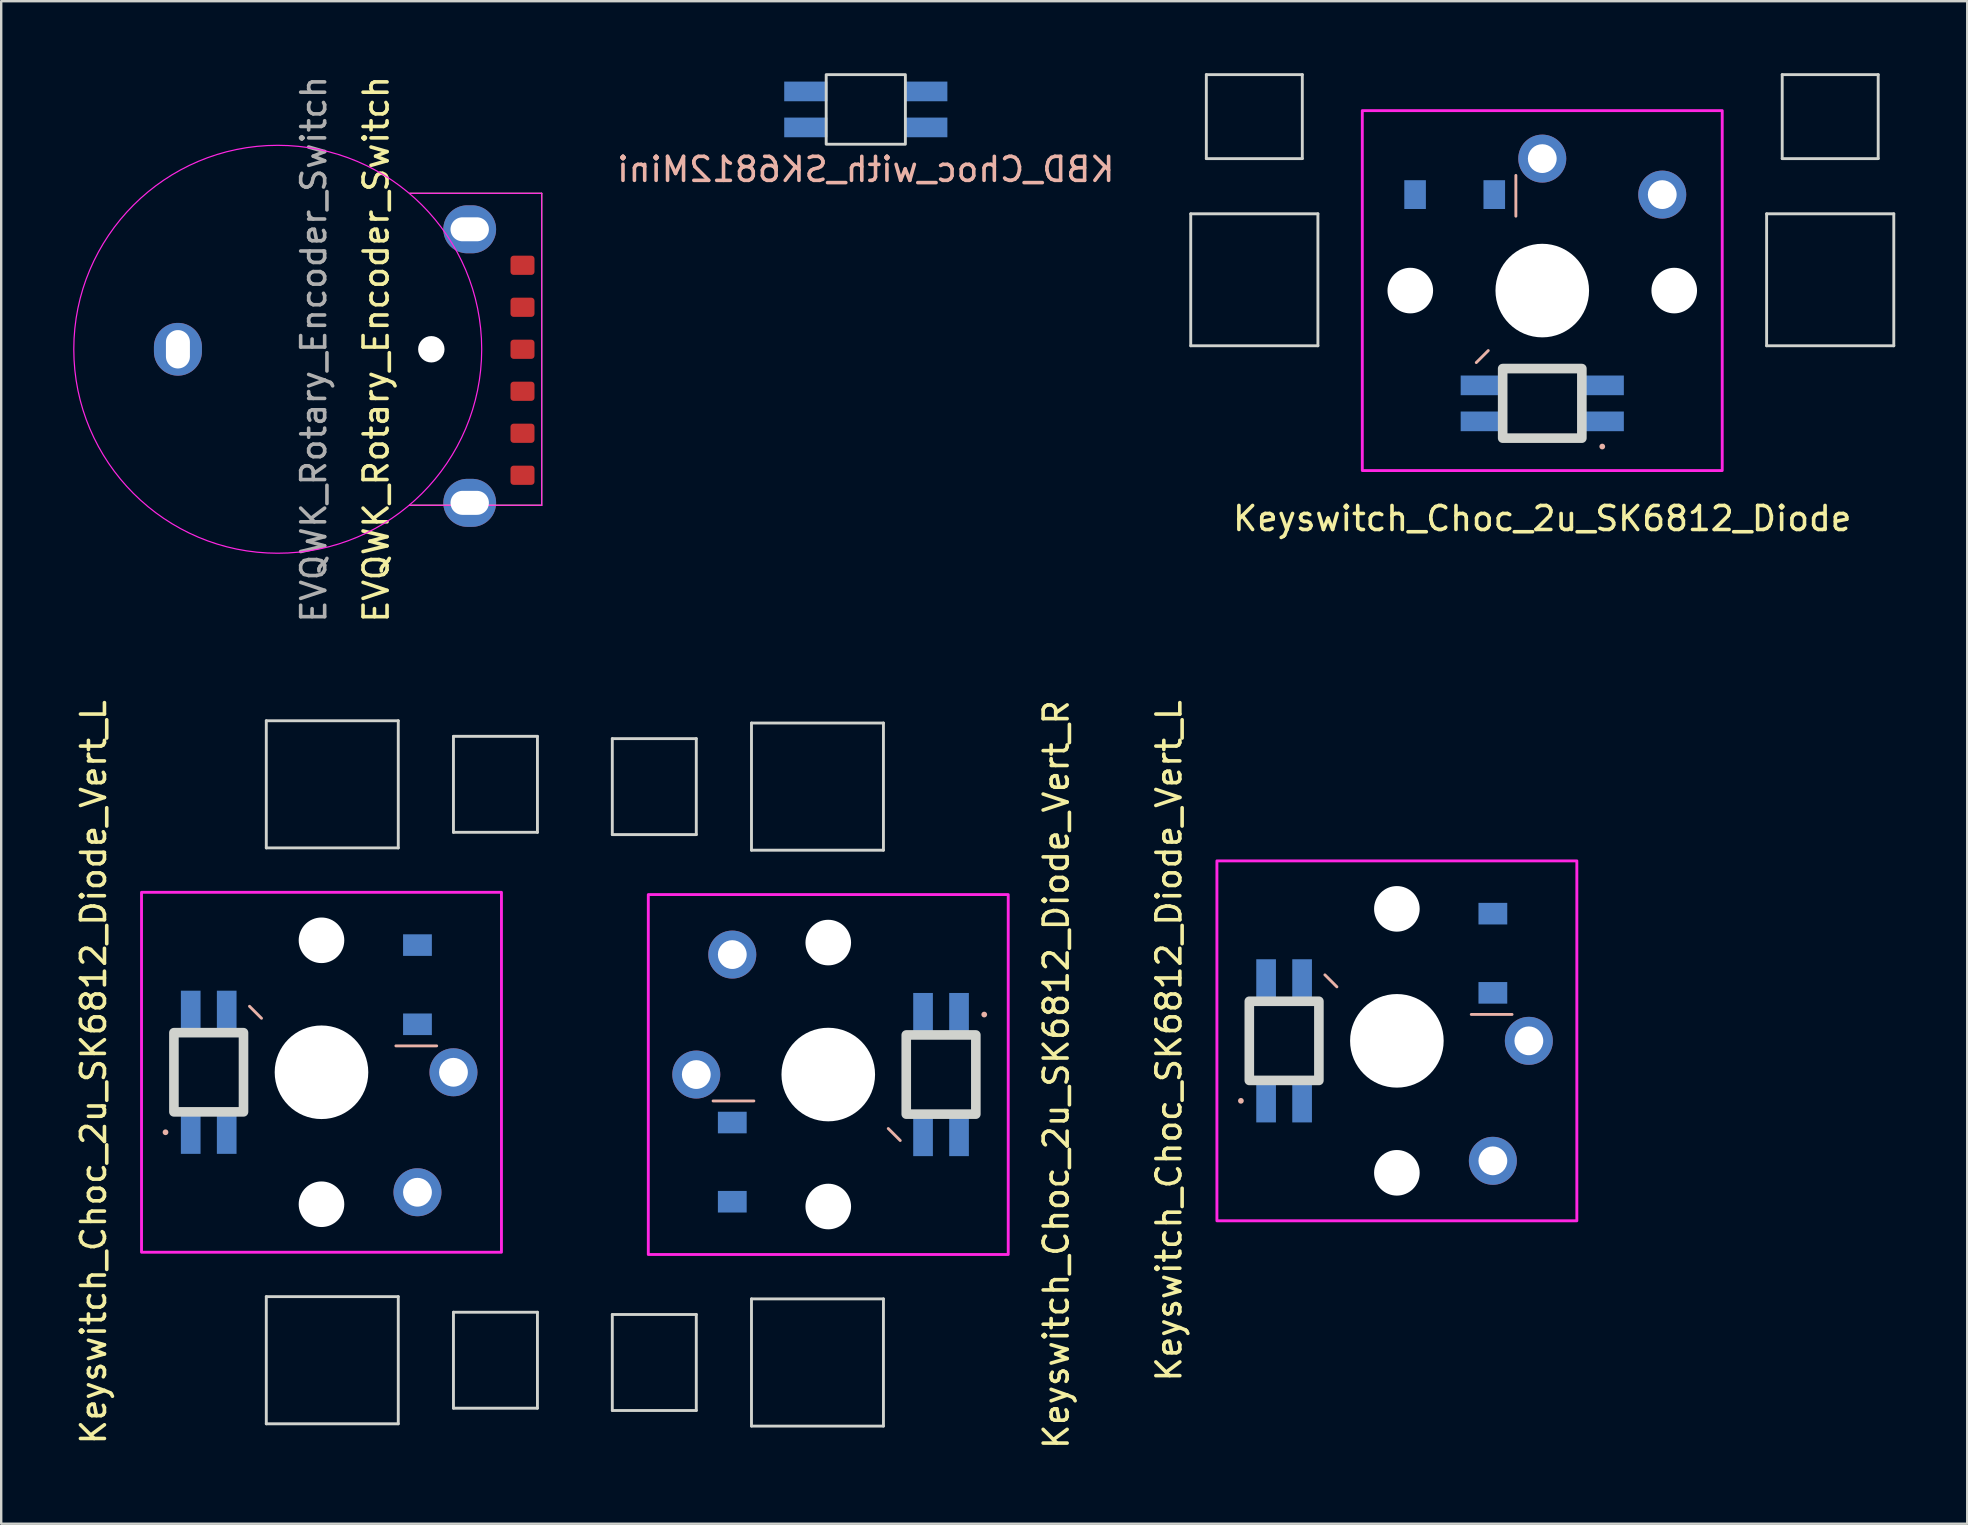
<source format=kicad_pcb>
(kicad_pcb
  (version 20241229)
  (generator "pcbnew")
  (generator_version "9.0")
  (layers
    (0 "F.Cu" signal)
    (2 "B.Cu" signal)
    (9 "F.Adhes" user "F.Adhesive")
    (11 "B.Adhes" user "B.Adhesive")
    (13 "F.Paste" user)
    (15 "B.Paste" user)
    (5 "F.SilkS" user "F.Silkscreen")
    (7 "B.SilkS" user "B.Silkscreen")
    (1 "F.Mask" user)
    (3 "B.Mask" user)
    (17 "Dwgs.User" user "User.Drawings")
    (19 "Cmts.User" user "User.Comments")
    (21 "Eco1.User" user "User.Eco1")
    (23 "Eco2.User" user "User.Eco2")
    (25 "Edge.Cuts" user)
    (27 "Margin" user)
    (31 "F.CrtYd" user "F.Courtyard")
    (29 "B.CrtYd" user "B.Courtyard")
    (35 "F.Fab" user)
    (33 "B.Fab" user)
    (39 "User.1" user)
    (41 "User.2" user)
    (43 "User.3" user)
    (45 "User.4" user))
  (footprint "Keyswitch_Choc_2u_SK6812_Diode"
    (layer "F.Cu")
    (at 61.224 9.06)
    (property "Reference" "Keyswitch_Choc_2u_SK6812_Diode" (at 0 9.5 0) (layer "F.SilkS") (effects (font (size 1 1) (thickness 0.15))))
    (attr through_hole)
    (fp_line (start -2.25 2.5) (end -2.75 3) (stroke (width 0.12) (type solid)) (layer "B.SilkS"))
    (fp_line (start -1.1 -3.1) (end -1.1 -4.8) (stroke (width 0.12) (type solid)) (layer "B.SilkS"))
    (fp_circle (center 2.5 6.5) (end 2.5 6.5) (stroke (width 0.12) (type solid)) (fill no) (layer "B.SilkS"))
    (fp_line (start -14.65 -3.2) (end -14.65 2.3) (stroke (width 0.12) (type solid)) (layer "Edge.Cuts"))
    (fp_line (start -14.65 -3.2) (end -9.35 -3.2) (stroke (width 0.12) (type solid)) (layer "Edge.Cuts"))
    (fp_line (start -14.65 2.3) (end -9.35 2.3) (stroke (width 0.12) (type solid)) (layer "Edge.Cuts"))
    (fp_line (start -14 -9) (end -14 -5.5) (stroke (width 0.12) (type solid)) (layer "Edge.Cuts"))
    (fp_line (start -14 -9) (end -10 -9) (stroke (width 0.12) (type solid)) (layer "Edge.Cuts"))
    (fp_line (start -14 -5.5) (end -10 -5.5) (stroke (width 0.12) (type solid)) (layer "Edge.Cuts"))
    (fp_line (start -10 -5.5) (end -10 -9) (stroke (width 0.12) (type solid)) (layer "Edge.Cuts"))
    (fp_line (start -9.35 2.3) (end -9.35 -3.2) (stroke (width 0.12) (type solid)) (layer "Edge.Cuts"))
    (fp_line (start 9.35 -3.2) (end 9.35 2.3) (stroke (width 0.12) (type solid)) (layer "Edge.Cuts"))
    (fp_line (start 9.35 -3.2) (end 14.65 -3.2) (stroke (width 0.12) (type solid)) (layer "Edge.Cuts"))
    (fp_line (start 9.35 2.3) (end 14.65 2.3) (stroke (width 0.12) (type solid)) (layer "Edge.Cuts"))
    (fp_line (start 10 -9) (end 10 -5.5) (stroke (width 0.12) (type solid)) (layer "Edge.Cuts"))
    (fp_line (start 10 -9) (end 14 -9) (stroke (width 0.12) (type solid)) (layer "Edge.Cuts"))
    (fp_line (start 10 -5.5) (end 14 -5.5) (stroke (width 0.12) (type solid)) (layer "Edge.Cuts"))
    (fp_line (start 14 -5.5) (end 14 -9) (stroke (width 0.12) (type solid)) (layer "Edge.Cuts"))
    (fp_line (start 14.65 2.3) (end 14.65 -3.2) (stroke (width 0.12) (type solid)) (layer "Edge.Cuts"))
    (fp_rect (start -1.65 3.25) (end 1.65 6.15) (stroke (width 0.4) (type solid)) (fill no) (layer "Edge.Cuts"))
    (fp_rect (start -7.5 -7.5) (end 7.5 7.5) (stroke (width 0.12) (type solid)) (fill no) (layer "F.CrtYd"))
    (pad "" np_thru_hole circle (at -5.5 0) (size 1.9 1.9) (drill 1.9) (layers "*.Cu" "*.Mask"))
    (pad "" smd rect (at -2 -4) (size 0.9 1.2) (layers "B.Cu" "B.Mask" "B.Paste"))
    (pad "" thru_hole circle (at 0 -5.5) (size 2 2) (drill 1.2) (layers "*.Cu" "*.Mask"))
    (pad "" np_thru_hole circle (at 0 0) (size 3.9 3.9) (drill 3.9) (layers "*.Cu" "*.Mask"))
    (pad "" np_thru_hole circle (at 5.5 0) (size 1.9 1.9) (drill 1.9) (layers "*.Cu" "*.Mask"))
    (pad "1" smd rect (at 2.6 5.45) (size 1.6 0.82) (layers "B.Cu" "B.Mask" "B.Paste"))
    (pad "2" smd rect (at 2.6 3.95) (size 1.6 0.82) (layers "B.Cu" "B.Mask" "B.Paste"))
    (pad "3" smd rect (at -2.6 3.95) (size 1.6 0.82) (layers "B.Cu" "B.Mask" "B.Paste"))
    (pad "4" smd rect (at -2.6 5.45) (size 1.6 0.82) (layers "B.Cu" "B.Mask" "B.Paste"))
    (pad "5" smd rect (at -5.3 -4) (size 0.9 1.2) (layers "B.Cu" "B.Mask" "B.Paste"))
    (pad "6" thru_hole circle (at 5 -4) (size 2 2) (drill 1.2) (layers "*.Cu" "*.Mask")))
  (footprint "Keyswitch_Choc_SK6812_Diode_Vert_L"
    (layer "F.Cu")
    (at 55.165 40.327)
    (property "Reference" "Keyswitch_Choc_SK6812_Diode_Vert_L" (at -9.5 0 270) (layer "F.SilkS") (effects (font (size 1 1) (thickness 0.15))))
    (attr through_hole)
    (fp_line (start -2.5 -2.25) (end -3 -2.75) (stroke (width 0.12) (type solid)) (layer "B.SilkS"))
    (fp_line (start 3.1 -1.1) (end 4.8 -1.1) (stroke (width 0.12) (type solid)) (layer "B.SilkS"))
    (fp_circle (center -6.5 2.5) (end -6.5 2.5) (stroke (width 0.12) (type solid)) (fill no) (layer "B.SilkS"))
    (fp_rect (start -3.25 -1.65) (end -6.15 1.65) (stroke (width 0.4) (type solid)) (fill no) (layer "Edge.Cuts"))
    (fp_rect (start 7.5 -7.5) (end -7.5 7.5) (stroke (width 0.12) (type solid)) (fill no) (layer "F.CrtYd"))
    (pad "" np_thru_hole circle (at 0 -5.5 270) (size 1.9 1.9) (drill 1.9) (layers "*.Cu" "*.Mask"))
    (pad "" np_thru_hole circle (at 0 0 270) (size 3.9 3.9) (drill 3.9) (layers "*.Cu" "*.Mask"))
    (pad "" np_thru_hole circle (at 0 5.5 270) (size 1.9 1.9) (drill 1.9) (layers "*.Cu" "*.Mask"))
    (pad "" smd rect (at 4 -2 270) (size 0.9 1.2) (layers "B.Cu" "B.Mask" "B.Paste"))
    (pad "" thru_hole circle (at 5.5 0 270) (size 2 2) (drill 1.2) (layers "*.Cu" "*.Mask"))
    (pad "1" smd rect (at -5.45 2.6 270) (size 1.6 0.82) (layers "B.Cu" "B.Mask" "B.Paste"))
    (pad "2" smd rect (at -3.95 2.6 270) (size 1.6 0.82) (layers "B.Cu" "B.Mask" "B.Paste"))
    (pad "3" smd rect (at -3.95 -2.6 270) (size 1.6 0.82) (layers "B.Cu" "B.Mask" "B.Paste"))
    (pad "4" smd rect (at -5.45 -2.6 270) (size 1.6 0.82) (layers "B.Cu" "B.Mask" "B.Paste"))
    (pad "5" smd rect (at 4 -5.3 270) (size 0.9 1.2) (layers "B.Cu" "B.Mask" "B.Paste"))
    (pad "6" thru_hole circle (at 4 5 270) (size 2 2) (drill 1.2) (layers "*.Cu" "*.Mask")))
  (footprint "KBD_Choc_with_SK6812Mini"
    (layer "F.Cu")
    (at 33.032 1.51)
    (property "Reference" "KBD_Choc_with_SK6812Mini" (at 0 2.5 0) (layer "B.SilkS") (effects (font (size 1 1) (thickness 0.15)) (justify mirror)))
    (attr through_hole)
    (fp_rect (start -1.65 -1.45) (end 1.65 1.45) (stroke (width 0.12) (type solid)) (fill no) (layer "Edge.Cuts"))
    (pad "1" smd rect (at -2.5 -0.75) (size 1.8 0.82) (layers "B.Cu" "B.Mask" "B.Paste"))
    (pad "2" smd rect (at -2.5 0.75) (size 1.8 0.82) (layers "B.Cu" "B.Mask" "B.Paste"))
    (pad "3" smd rect (at 2.5 0.75) (size 1.8 0.82) (layers "B.Cu" "B.Mask" "B.Paste"))
    (pad "4" smd rect (at 2.5 -0.75) (size 1.8 0.82) (layers "B.Cu" "B.Mask" "B.Paste")))
  (footprint "EVQWK_Rotary_Encoder_Switch"
    (layer "F.Cu")
    (at 8.525 11.506)
    (property "Reference" "EVQWK_Rotary_Encoder_Switch" (at 4.1 0 90) (unlocked yes) (layer "F.SilkS") (effects (font (size 1 1) (thickness 0.15))))
    (attr through_hole)
    (fp_line (start 11 -6.5) (end 5.5 -6.5) (stroke (width 0.05) (type default)) (layer "F.SilkS"))
    (fp_line (start 11 -6.5) (end 11 6.5) (stroke (width 0.05) (type default)) (layer "F.SilkS"))
    (fp_line (start 11 6.5) (end 5.5 6.5) (stroke (width 0.05) (type default)) (layer "F.SilkS"))
    (fp_line (start -5 -3) (end -5 3) (stroke (width 0.12) (type default)) (layer "Eco1.User"))
    (fp_line (start 11 -6.5) (end 5.5 -6.5) (stroke (width 0.05) (type default)) (layer "F.CrtYd"))
    (fp_line (start 11 -6.5) (end 11 6.5) (stroke (width 0.05) (type default)) (layer "F.CrtYd"))
    (fp_line (start 11 6.5) (end 5.5 6.5) (stroke (width 0.05) (type default)) (layer "F.CrtYd"))
    (fp_circle (center 0 0) (end 0 8.5) (stroke (width 0.05) (type default)) (fill no) (layer "F.CrtYd"))
    (fp_text user "${REFERENCE}" (at 1.5 0 90) (unlocked yes) (layer "F.Fab") (effects (font (size 1 1) (thickness 0.15))))
    (pad "" np_thru_hole circle (at 6.4 0) (size 1.1 1.1) (drill 1.1) (layers "*.Cu" "*.Mask"))
    (pad "1" smd roundrect (at 10.2 5.25) (size 1 0.8) (layers "F.Cu" "F.Mask" "F.Paste") (roundrect_rratio 0.164))
    (pad "2" smd roundrect (at 10.2 3.5) (size 1 0.8) (layers "F.Cu" "F.Mask" "F.Paste") (roundrect_rratio 0.164))
    (pad "3" smd roundrect (at 10.2 1.75) (size 1 0.8) (layers "F.Cu" "F.Mask" "F.Paste") (roundrect_rratio 0.164))
    (pad "4" smd roundrect (at 10.2 0) (size 1 0.8) (layers "F.Cu" "F.Mask" "F.Paste") (roundrect_rratio 0.164))
    (pad "5" smd roundrect (at 10.2 -1.75) (size 1 0.8) (layers "F.Cu" "F.Mask" "F.Paste") (roundrect_rratio 0.164))
    (pad "6" smd roundrect (at 10.2 -3.5) (size 1 0.8) (layers "F.Cu" "F.Mask" "F.Paste") (roundrect_rratio 0.164))
    (pad "MP" thru_hole oval (at -4.16 0) (size 2 2.2) (drill oval 1 1.6) (layers "*.Cu" "*.Mask"))
    (pad "MP" thru_hole oval (at 8 -5) (size 2.2 2) (drill oval 1.6 1) (layers "*.Cu" "*.Mask"))
    (pad "MP" thru_hole oval (at 8 6.4) (size 2.2 2) (drill oval 1.6 1) (layers "*.Cu" "*.Mask")))
  (footprint "Keyswitch_Choc_2u_SK6812_Diode_Vert_R"
    (layer "F.Cu")
    (at 31.468 41.732)
    (property "Reference" "Keyswitch_Choc_2u_SK6812_Diode_Vert_R" (at 9.5 0 90) (layer "F.SilkS") (effects (font (size 1 1) (thickness 0.15))))
    (attr through_hole)
    (fp_line (start -3.1 1.1) (end -4.8 1.1) (stroke (width 0.12) (type solid)) (layer "B.SilkS"))
    (fp_line (start 2.5 2.25) (end 3 2.75) (stroke (width 0.12) (type solid)) (layer "B.SilkS"))
    (fp_circle (center 6.5 -2.5) (end 6.5 -2.5) (stroke (width 0.12) (type solid)) (fill no) (layer "B.SilkS"))
    (fp_line (start -9 -10) (end -9 -14) (stroke (width 0.12) (type solid)) (layer "Edge.Cuts"))
    (fp_line (start -9 -10) (end -5.5 -10) (stroke (width 0.12) (type solid)) (layer "Edge.Cuts"))
    (fp_line (start -9 14) (end -9 10) (stroke (width 0.12) (type solid)) (layer "Edge.Cuts"))
    (fp_line (start -9 14) (end -5.5 14) (stroke (width 0.12) (type solid)) (layer "Edge.Cuts"))
    (fp_line (start -5.5 -14) (end -9 -14) (stroke (width 0.12) (type solid)) (layer "Edge.Cuts"))
    (fp_line (start -5.5 -10) (end -5.5 -14) (stroke (width 0.12) (type solid)) (layer "Edge.Cuts"))
    (fp_line (start -5.5 10) (end -9 10) (stroke (width 0.12) (type solid)) (layer "Edge.Cuts"))
    (fp_line (start -5.5 14) (end -5.5 10) (stroke (width 0.12) (type solid)) (layer "Edge.Cuts"))
    (fp_line (start -3.2 -9.35) (end -3.2 -14.65) (stroke (width 0.12) (type solid)) (layer "Edge.Cuts"))
    (fp_line (start -3.2 -9.35) (end 2.3 -9.35) (stroke (width 0.12) (type solid)) (layer "Edge.Cuts"))
    (fp_line (start -3.2 14.65) (end -3.2 9.35) (stroke (width 0.12) (type solid)) (layer "Edge.Cuts"))
    (fp_line (start -3.2 14.65) (end 2.3 14.65) (stroke (width 0.12) (type solid)) (layer "Edge.Cuts"))
    (fp_line (start 2.3 -14.65) (end -3.2 -14.65) (stroke (width 0.12) (type solid)) (layer "Edge.Cuts"))
    (fp_line (start 2.3 -9.35) (end 2.3 -14.65) (stroke (width 0.12) (type solid)) (layer "Edge.Cuts"))
    (fp_line (start 2.3 9.35) (end -3.2 9.35) (stroke (width 0.12) (type solid)) (layer "Edge.Cuts"))
    (fp_line (start 2.3 14.65) (end 2.3 9.35) (stroke (width 0.12) (type solid)) (layer "Edge.Cuts"))
    (fp_rect (start 3.25 1.65) (end 6.15 -1.65) (stroke (width 0.4) (type solid)) (fill no) (layer "Edge.Cuts"))
    (fp_rect (start -7.5 7.5) (end 7.5 -7.5) (stroke (width 0.12) (type solid)) (fill no) (layer "F.CrtYd"))
    (pad "" thru_hole circle (at -5.5 0 90) (size 2 2) (drill 1.2) (layers "*.Cu" "*.Mask"))
    (pad "" smd rect (at -4 2 90) (size 0.9 1.2) (layers "B.Cu" "B.Mask" "B.Paste"))
    (pad "" np_thru_hole circle (at 0 -5.5 90) (size 1.9 1.9) (drill 1.9) (layers "*.Cu" "*.Mask"))
    (pad "" np_thru_hole circle (at 0 0 90) (size 3.9 3.9) (drill 3.9) (layers "*.Cu" "*.Mask"))
    (pad "" np_thru_hole circle (at 0 5.5 90) (size 1.9 1.9) (drill 1.9) (layers "*.Cu" "*.Mask"))
    (pad "1" smd rect (at 5.45 -2.6 90) (size 1.6 0.82) (layers "B.Cu" "B.Mask" "B.Paste"))
    (pad "2" smd rect (at 3.95 -2.6 90) (size 1.6 0.82) (layers "B.Cu" "B.Mask" "B.Paste"))
    (pad "3" smd rect (at 3.95 2.6 90) (size 1.6 0.82) (layers "B.Cu" "B.Mask" "B.Paste"))
    (pad "4" smd rect (at 5.45 2.6 90) (size 1.6 0.82) (layers "B.Cu" "B.Mask" "B.Paste"))
    (pad "5" smd rect (at -4 5.3 90) (size 0.9 1.2) (layers "B.Cu" "B.Mask" "B.Paste"))
    (pad "6" thru_hole circle (at -4 -5 90) (size 2 2) (drill 1.2) (layers "*.Cu" "*.Mask")))
  (footprint "Keyswitch_Choc_2u_SK6812_Diode_Vert_L"
    (layer "F.Cu")
    (at 10.348 41.637)
    (property "Reference" "Keyswitch_Choc_2u_SK6812_Diode_Vert_L" (at -9.5 0 270) (layer "F.SilkS") (effects (font (size 1 1) (thickness 0.15))))
    (attr through_hole)
    (fp_line (start -2.5 -2.25) (end -3 -2.75) (stroke (width 0.12) (type solid)) (layer "B.SilkS"))
    (fp_line (start 3.1 -1.1) (end 4.8 -1.1) (stroke (width 0.12) (type solid)) (layer "B.SilkS"))
    (fp_circle (center -6.5 2.5) (end -6.5 2.5) (stroke (width 0.12) (type solid)) (fill no) (layer "B.SilkS"))
    (fp_line (start -2.3 -14.65) (end -2.3 -9.35) (stroke (width 0.12) (type solid)) (layer "Edge.Cuts"))
    (fp_line (start -2.3 -9.35) (end 3.2 -9.35) (stroke (width 0.12) (type solid)) (layer "Edge.Cuts"))
    (fp_line (start -2.3 9.35) (end -2.3 14.65) (stroke (width 0.12) (type solid)) (layer "Edge.Cuts"))
    (fp_line (start -2.3 14.65) (end 3.2 14.65) (stroke (width 0.12) (type solid)) (layer "Edge.Cuts"))
    (fp_line (start 3.2 -14.65) (end -2.3 -14.65) (stroke (width 0.12) (type solid)) (layer "Edge.Cuts"))
    (fp_line (start 3.2 -14.65) (end 3.2 -9.35) (stroke (width 0.12) (type solid)) (layer "Edge.Cuts"))
    (fp_line (start 3.2 9.35) (end -2.3 9.35) (stroke (width 0.12) (type solid)) (layer "Edge.Cuts"))
    (fp_line (start 3.2 9.35) (end 3.2 14.65) (stroke (width 0.12) (type solid)) (layer "Edge.Cuts"))
    (fp_line (start 5.5 -14) (end 5.5 -10) (stroke (width 0.12) (type solid)) (layer "Edge.Cuts"))
    (fp_line (start 5.5 -10) (end 9 -10) (stroke (width 0.12) (type solid)) (layer "Edge.Cuts"))
    (fp_line (start 5.5 10) (end 5.5 14) (stroke (width 0.12) (type solid)) (layer "Edge.Cuts"))
    (fp_line (start 5.5 14) (end 9 14) (stroke (width 0.12) (type solid)) (layer "Edge.Cuts"))
    (fp_line (start 9 -14) (end 5.5 -14) (stroke (width 0.12) (type solid)) (layer "Edge.Cuts"))
    (fp_line (start 9 -14) (end 9 -10) (stroke (width 0.12) (type solid)) (layer "Edge.Cuts"))
    (fp_line (start 9 10) (end 5.5 10) (stroke (width 0.12) (type solid)) (layer "Edge.Cuts"))
    (fp_line (start 9 10) (end 9 14) (stroke (width 0.12) (type solid)) (layer "Edge.Cuts"))
    (fp_rect (start -3.25 -1.65) (end -6.15 1.65) (stroke (width 0.4) (type solid)) (fill no) (layer "Edge.Cuts"))
    (fp_rect (start 7.5 -7.5) (end -7.5 7.5) (stroke (width 0.12) (type solid)) (fill no) (layer "F.CrtYd"))
    (pad "" np_thru_hole circle (at 0 -5.5 270) (size 1.9 1.9) (drill 1.9) (layers "*.Cu" "*.Mask"))
    (pad "" np_thru_hole circle (at 0 0 270) (size 3.9 3.9) (drill 3.9) (layers "*.Cu" "*.Mask"))
    (pad "" np_thru_hole circle (at 0 5.5 270) (size 1.9 1.9) (drill 1.9) (layers "*.Cu" "*.Mask"))
    (pad "" smd rect (at 4 -2 270) (size 0.9 1.2) (layers "B.Cu" "B.Mask" "B.Paste"))
    (pad "" thru_hole circle (at 5.5 0 270) (size 2 2) (drill 1.2) (layers "*.Cu" "*.Mask"))
    (pad "1" smd rect (at -5.45 2.6 270) (size 1.6 0.82) (layers "B.Cu" "B.Mask" "B.Paste"))
    (pad "2" smd rect (at -3.95 2.6 270) (size 1.6 0.82) (layers "B.Cu" "B.Mask" "B.Paste"))
    (pad "3" smd rect (at -3.95 -2.6 270) (size 1.6 0.82) (layers "B.Cu" "B.Mask" "B.Paste"))
    (pad "4" smd rect (at -5.45 -2.6 270) (size 1.6 0.82) (layers "B.Cu" "B.Mask" "B.Paste"))
    (pad "5" smd rect (at 4 -5.3 270) (size 0.9 1.2) (layers "B.Cu" "B.Mask" "B.Paste"))
    (pad "6" thru_hole circle (at 4 5 270) (size 2 2) (drill 1.2) (layers "*.Cu" "*.Mask")))
  (gr_rect
    (start -3 -3)
    (end 78.934 60.452)
    (stroke (width 0.1) (type default))
    (fill no)
    (layer "Edge.Cuts")))
</source>
